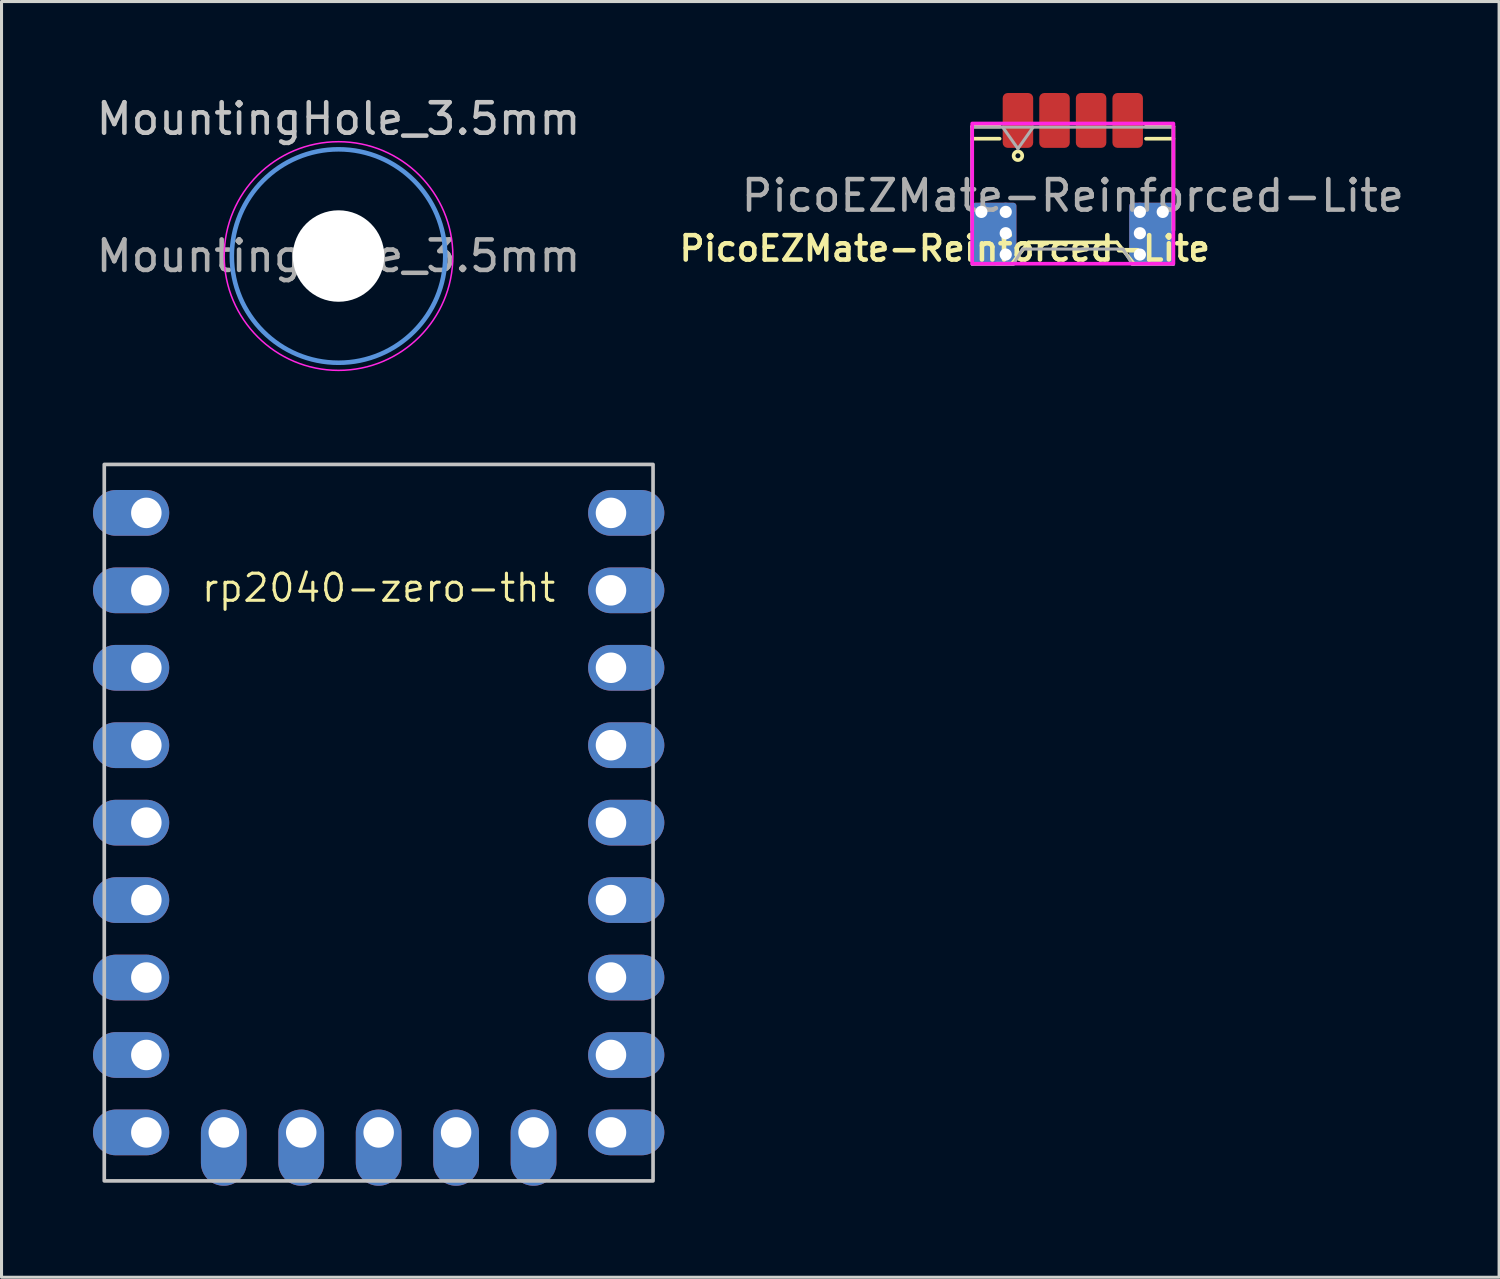
<source format=kicad_pcb>
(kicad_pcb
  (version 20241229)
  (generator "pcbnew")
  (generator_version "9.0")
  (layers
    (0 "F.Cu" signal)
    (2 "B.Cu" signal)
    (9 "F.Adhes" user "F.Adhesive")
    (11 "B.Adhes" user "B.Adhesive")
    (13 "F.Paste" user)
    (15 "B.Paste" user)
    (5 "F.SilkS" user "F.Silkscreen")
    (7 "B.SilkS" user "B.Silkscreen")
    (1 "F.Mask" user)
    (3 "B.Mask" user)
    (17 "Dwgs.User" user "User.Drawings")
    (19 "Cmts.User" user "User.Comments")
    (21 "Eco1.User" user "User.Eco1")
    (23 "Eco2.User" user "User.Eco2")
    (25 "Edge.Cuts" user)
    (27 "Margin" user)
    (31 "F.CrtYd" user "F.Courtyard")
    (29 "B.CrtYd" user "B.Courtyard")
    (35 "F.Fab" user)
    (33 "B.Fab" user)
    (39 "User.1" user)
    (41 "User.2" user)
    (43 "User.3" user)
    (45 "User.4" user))
  (footprint "MountingHole_3.5mm"
    (layer "F.Cu")
    (at 8.054 5.348)
    (property "Reference" "MountingHole_3.5mm" (at 0 -4.5 0) (layer "Dwgs.User") (effects (font (size 1 1) (thickness 0.15))))
    (attr board_only exclude_from_pos_files exclude_from_bom)
    (fp_circle (center 0 0) (end 3.5 0) (stroke (width 0.15) (type solid)) (fill no) (layer "Cmts.User"))
    (fp_circle (center 0 0) (end 3.75 0) (stroke (width 0.05) (type solid)) (fill no) (layer "F.CrtYd"))
    (fp_text user "${REFERENCE}" (at 0 0 0) (layer "F.Fab") (effects (font (size 1 1) (thickness 0.15))))
    (pad "" np_thru_hole circle (at 0 0) (size 3 3) (drill 3) (layers "*.Cu" "*.Mask")))
  (footprint "rp2040-zero-tht"
    (layer "F.Cu")
    (at 9.37 23.933)
    (property "Reference" "rp2040-zero-tht" (at 0 -7.7 0) (layer "F.SilkS") (effects (font (size 0.889 0.889) (thickness 0.102))))
    (attr through_hole exclude_from_pos_files)
    (fp_rect (start -9 -11.75) (end 9 11.75) (stroke (width 0.12) (type solid)) (fill no) (layer "Dwgs.User"))
    (pad "1" thru_hole oval (at 7.62 -10.16 180) (size 2.5 1.5) (drill 1 (offset -0.5 0)) (layers "*.Cu" "*.Mask"))
    (pad "2" thru_hole oval (at 7.62 -7.62 180) (size 2.5 1.5) (drill 1 (offset -0.5 0)) (layers "*.Cu" "*.Mask"))
    (pad "3" thru_hole oval (at 7.62 -5.08 180) (size 2.5 1.5) (drill 1 (offset -0.5 0)) (layers "*.Cu" "*.Mask"))
    (pad "4" thru_hole oval (at 7.62 -2.54 180) (size 2.5 1.5) (drill 1 (offset -0.5 0)) (layers "*.Cu" "*.Mask"))
    (pad "5" thru_hole oval (at 7.62 0 180) (size 2.5 1.5) (drill 1 (offset -0.5 0)) (layers "*.Cu" "*.Mask"))
    (pad "6" thru_hole oval (at 7.62 2.54 180) (size 2.5 1.5) (drill 1 (offset -0.5 0)) (layers "*.Cu" "*.Mask"))
    (pad "7" thru_hole oval (at 7.62 5.08 180) (size 2.5 1.5) (drill 1 (offset -0.5 0)) (layers "*.Cu" "*.Mask"))
    (pad "8" thru_hole oval (at 7.62 7.62 180) (size 2.5 1.5) (drill 1 (offset -0.5 0)) (layers "*.Cu" "*.Mask"))
    (pad "9" thru_hole oval (at 7.62 10.16 180) (size 2.5 1.5) (drill 1 (offset -0.5 0)) (layers "*.Cu" "*.Mask"))
    (pad "10" thru_hole oval (at 5.08 10.16 90) (size 2.5 1.5) (drill 1 (offset -0.5 0)) (layers "*.Cu" "*.Mask"))
    (pad "11" thru_hole oval (at 2.54 10.16 90) (size 2.5 1.5) (drill 1 (offset -0.5 0)) (layers "*.Cu" "*.Mask"))
    (pad "12" thru_hole oval (at 0 10.16 90) (size 2.5 1.5) (drill 1 (offset -0.5 0)) (layers "*.Cu" "*.Mask"))
    (pad "13" thru_hole oval (at -2.54 10.16 90) (size 2.5 1.5) (drill 1 (offset -0.5 0)) (layers "*.Cu" "*.Mask"))
    (pad "14" thru_hole oval (at -5.08 10.16 90) (size 2.5 1.5) (drill 1 (offset -0.5 0)) (layers "*.Cu" "*.Mask"))
    (pad "15" thru_hole oval (at -7.62 10.16) (size 2.5 1.5) (drill 1 (offset -0.5 0)) (layers "*.Cu" "*.Mask"))
    (pad "16" thru_hole oval (at -7.62 7.62) (size 2.5 1.5) (drill 1 (offset -0.5 0)) (layers "*.Cu" "*.Mask"))
    (pad "17" thru_hole oval (at -7.62 5.08) (size 2.5 1.5) (drill 1 (offset -0.5 0)) (layers "*.Cu" "*.Mask"))
    (pad "18" thru_hole oval (at -7.62 2.54) (size 2.5 1.5) (drill 1 (offset -0.5 0)) (layers "*.Cu" "*.Mask"))
    (pad "19" thru_hole oval (at -7.62 0) (size 2.5 1.5) (drill 1 (offset -0.5 0)) (layers "*.Cu" "*.Mask"))
    (pad "20" thru_hole oval (at -7.62 -2.54) (size 2.5 1.5) (drill 1 (offset -0.5 0)) (layers "*.Cu" "*.Mask"))
    (pad "21" thru_hole oval (at -7.62 -5.08) (size 2.5 1.5) (drill 1 (offset -0.5 0)) (layers "*.Cu" "*.Mask"))
    (pad "22" thru_hole oval (at -7.62 -7.62) (size 2.5 1.5) (drill 1 (offset -0.5 0)) (layers "*.Cu" "*.Mask"))
    (pad "23" thru_hole oval (at -7.62 -10.16) (size 2.5 1.5) (drill 1 (offset -0.5 0)) (layers "*.Cu" "*.Mask")))
  (footprint "PicoEZMate-Reinforced-Lite"
    (layer "F.Cu")
    (at 32.138 3.1)
    (property "Reference" "PicoEZMate-Reinforced-Lite" (at -4.2 2 0) (layer "F.SilkS") (effects (font (size 0.8 0.8) (thickness 0.15))))
    (attr smd)
    (fp_line (start -3.3 -2) (end -3.3 1.4) (stroke (width 0.12) (type solid)) (layer "F.SilkS"))
    (fp_line (start -3.3 -2) (end -2.4 -2) (stroke (width 0.12) (type solid)) (layer "F.SilkS"))
    (fp_line (start -2.4 -1.6) (end -3.3 -1.6) (stroke (width 0.12) (type solid)) (layer "F.SilkS"))
    (fp_line (start -2 2.5) (end -2.5 2.5) (stroke (width 0.12) (type solid)) (layer "F.SilkS"))
    (fp_line (start -1.45 1.8) (end -2 2.5) (stroke (width 0.12) (type solid)) (layer "F.SilkS"))
    (fp_line (start 1.45 1.8) (end -1.45 1.8) (stroke (width 0.12) (type solid)) (layer "F.SilkS"))
    (fp_line (start 2 2.5) (end 1.45 1.8) (stroke (width 0.12) (type solid)) (layer "F.SilkS"))
    (fp_line (start 2 2.5) (end 2.5 2.5) (stroke (width 0.12) (type solid)) (layer "F.SilkS"))
    (fp_line (start 2.4 -2) (end 3.3 -2) (stroke (width 0.12) (type solid)) (layer "F.SilkS"))
    (fp_line (start 3.3 -2) (end 3.3 1.4) (stroke (width 0.12) (type solid)) (layer "F.SilkS"))
    (fp_line (start 3.3 -1.6) (end 2.4 -1.6) (stroke (width 0.12) (type solid)) (layer "F.SilkS"))
    (fp_circle (center -1.8 -1.041) (end -1.7 -1.141) (stroke (width 0.12) (type solid)) (fill no) (layer "F.SilkS"))
    (fp_rect (start -3.3 -2.1) (end 3.3 2.5) (stroke (width 0.12) (type solid)) (fill no) (layer "F.CrtYd"))
    (fp_line (start -3.3 -1.98) (end -3.3 2.52) (stroke (width 0.1) (type solid)) (layer "F.Fab"))
    (fp_line (start -3.3 -1.98) (end 3.3 -1.98) (stroke (width 0.1) (type solid)) (layer "F.Fab"))
    (fp_line (start -3.3 2.52) (end -1.95 2.52) (stroke (width 0.1) (type solid)) (layer "F.Fab"))
    (fp_line (start -2.3 -1.98) (end -1.8 -1.273) (stroke (width 0.1) (type solid)) (layer "F.Fab"))
    (fp_line (start -1.95 2.52) (end -1.65 2.02) (stroke (width 0.1) (type solid)) (layer "F.Fab"))
    (fp_line (start -1.8 -1.273) (end -1.3 -1.98) (stroke (width 0.1) (type solid)) (layer "F.Fab"))
    (fp_line (start -1.65 2.02) (end 1.65 2.02) (stroke (width 0.1) (type solid)) (layer "F.Fab"))
    (fp_line (start 1.65 2.02) (end 1.95 2.52) (stroke (width 0.1) (type solid)) (layer "F.Fab"))
    (fp_line (start 1.95 2.52) (end 3.3 2.52) (stroke (width 0.1) (type solid)) (layer "F.Fab"))
    (fp_line (start 3.3 -1.98) (end 3.3 2.52) (stroke (width 0.1) (type solid)) (layer "F.Fab"))
    (fp_text user "${REFERENCE}" (at 0 0.27 0) (layer "F.Fab") (effects (font (size 1 1) (thickness 0.15))))
    (pad "" thru_hole circle (at -3 0.8) (size 0.6 0.6) (drill 0.4) (layers "*.Cu"))
    (pad "" smd roundrect (at -2.95 2) (size 0.7 1) (layers "F.Mask" "F.Paste") (roundrect_rratio 0.143))
    (pad "" smd roundrect (at -2.575 1.5) (size 1.45 2) (layers "F.Cu") (roundrect_rratio 0.069))
    (pad "" smd roundrect (at -2.575 1.5) (size 1.45 2) (layers "B.Cu") (roundrect_rratio 0.069))
    (pad "" thru_hole circle (at -2.2 0.8) (size 0.6 0.6) (drill 0.4) (layers "*.Cu"))
    (pad "" thru_hole circle (at -2.2 1.5) (size 0.6 0.6) (drill 0.4) (layers "*.Cu"))
    (pad "" thru_hole circle (at -2.2 2.2) (size 0.6 0.6) (drill 0.4) (layers "*.Cu"))
    (pad "" smd roundrect (at -1.8 -2) (size 0.75 1.2) (layers "F.Mask" "F.Paste") (roundrect_rratio 0.167))
    (pad "" smd roundrect (at -0.6 -2) (size 0.75 1.2) (layers "F.Mask" "F.Paste") (roundrect_rratio 0.167))
    (pad "" smd roundrect (at 0.6 -2) (size 0.75 1.2) (layers "F.Mask" "F.Paste") (roundrect_rratio 0.167))
    (pad "" smd roundrect (at 1.8 -2) (size 0.75 1.2) (layers "F.Mask" "F.Paste") (roundrect_rratio 0.167))
    (pad "" thru_hole circle (at 2.2 0.8) (size 0.6 0.6) (drill 0.4) (layers "*.Cu"))
    (pad "" thru_hole circle (at 2.2 1.5) (size 0.6 0.6) (drill 0.4) (layers "*.Cu"))
    (pad "" thru_hole circle (at 2.2 2.2) (size 0.6 0.6) (drill 0.4) (layers "*.Cu"))
    (pad "" smd roundrect (at 2.575 1.5) (size 1.45 2) (layers "F.Cu") (roundrect_rratio 0.069))
    (pad "" smd roundrect (at 2.575 1.5) (size 1.45 2) (layers "B.Cu") (roundrect_rratio 0.069))
    (pad "" thru_hole circle (at 2.95 0.8) (size 0.6 0.6) (drill 0.4) (layers "*.Cu"))
    (pad "" smd roundrect (at 2.95 2) (size 0.7 1) (layers "F.Mask" "F.Paste") (roundrect_rratio 0.143))
    (pad "1" smd roundrect (at -1.8 -2.2) (size 1 1.8) (layers "F.Cu") (roundrect_rratio 0.167))
    (pad "2" smd roundrect (at -0.6 -2.2) (size 1 1.8) (layers "F.Cu") (roundrect_rratio 0.167))
    (pad "3" smd roundrect (at 0.6 -2.2) (size 1 1.8) (layers "F.Cu") (roundrect_rratio 0.167))
    (pad "4" smd roundrect (at 1.8 -2.2) (size 1 1.8) (layers "F.Cu") (roundrect_rratio 0.167)))
  (gr_rect
    (start -3 -3)
    (end 46.12 38.843)
    (stroke (width 0.1) (type default))
    (fill no)
    (layer "Edge.Cuts")))
</source>
